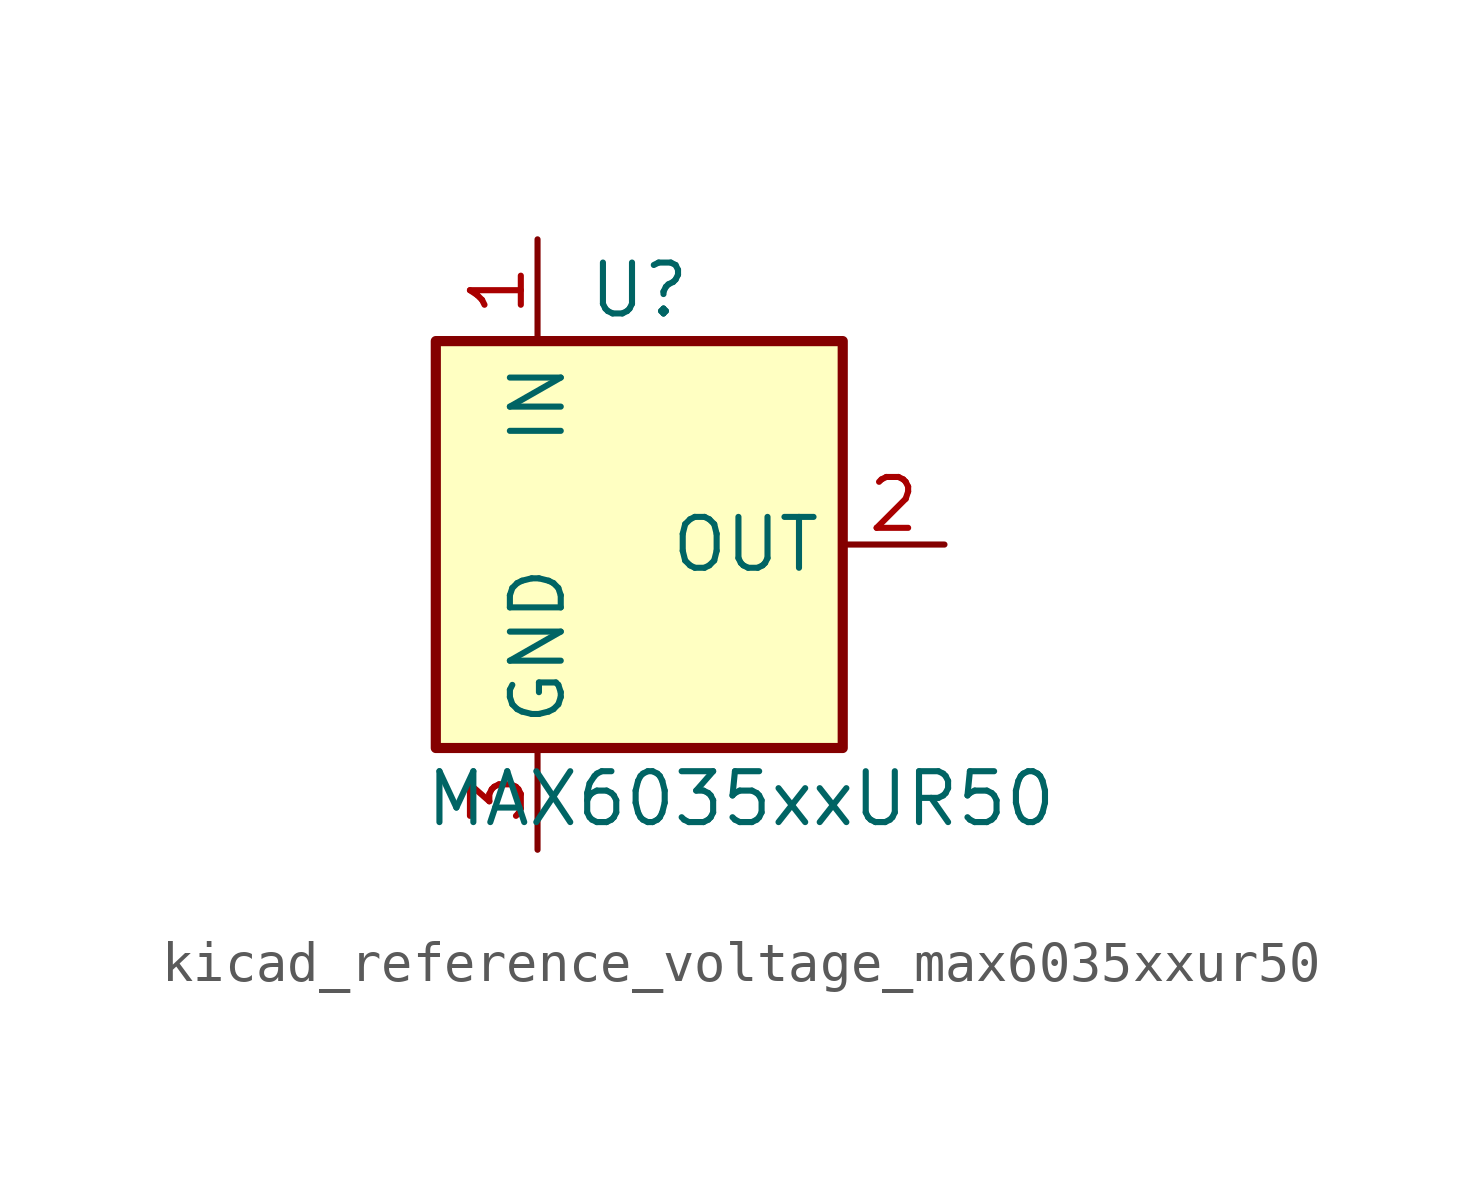
<source format=kicad_sym>
(kicad_symbol_lib
  (version 20220914)
  (generator kicad_symbol_editor)
  (symbol "kicad_reference_voltage_max6035xxur50"
    (property "Reference" "U"
      (at 0 6.35 0)
      (effects (font (size 1.27 1.27))))
    (property "Value" "MAX6035xxUR50"
      (at 2.54 -6.35 0)
      (effects (font (size 1.27 1.27))))
    (symbol "kicad_reference_voltage_max6035xxur50_0_1"
      (rectangle (start -5.08 5.08) (end 5.08 -5.08) (stroke (width 0.254) (type default)) (fill (type background))))
    (symbol "kicad_reference_voltage_max6035xxur50_1_1"
      (pin power_in line (at -2.54 7.62 270) (length 2.54) (name "IN" (effects (font (size 1.27 1.27)))) (number "1" (effects (font (size 1.27 1.27)))))
      (pin power_out line (at 7.62 0 180) (length 2.54) (name "OUT" (effects (font (size 1.27 1.27)))) (number "2" (effects (font (size 1.27 1.27)))))
      (pin power_in line (at -2.54 -7.62 90) (length 2.54) (name "GND" (effects (font (size 1.27 1.27)))) (number "3" (effects (font (size 1.27 1.27))))))))
</source>
